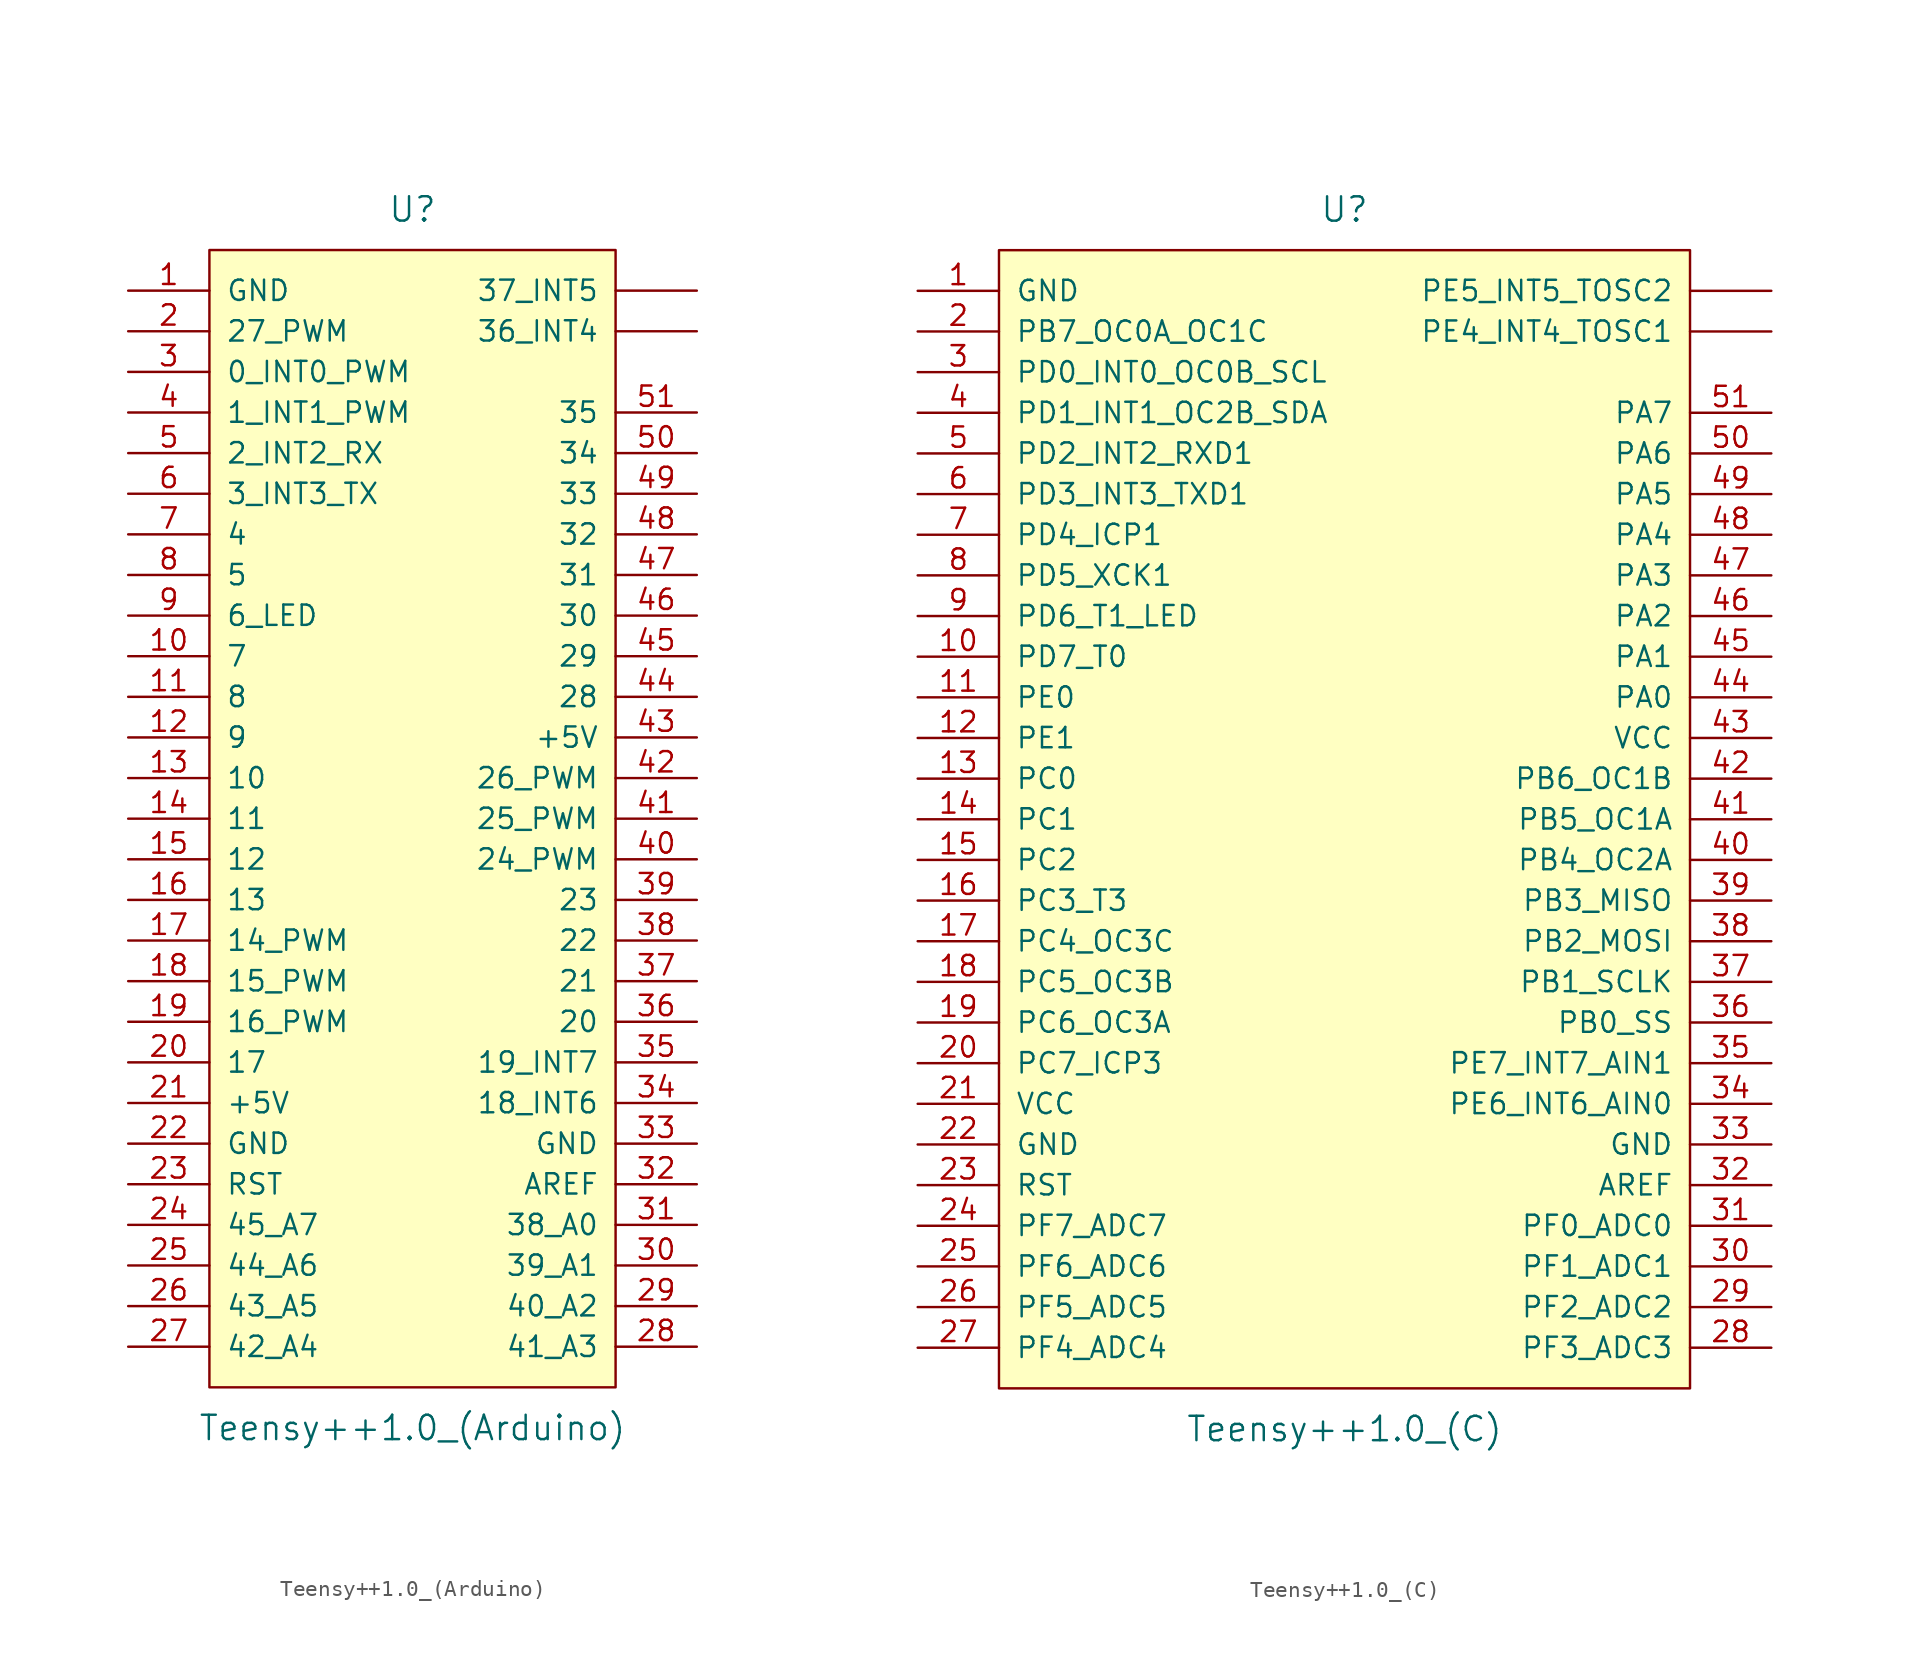
<source format=kicad_sym>
(kicad_symbol_lib
  (version 20211014)
  (generator kicad_symbol_editor)
  (symbol "Teensy++1.0_(Arduino)"
    (pin_names
      (offset 1.016))
    (property "Reference" "U"
      (at 0 38.1 0)
      (effects (font (size 1.524 1.524))))
    (property "Value" "Teensy++1.0_(Arduino)"
      (at 0 -38.1 0)
      (effects (font (size 1.524 1.524))))
    (property "Footprint" ""
      (at 2.54 -20.32 0)
      (effects (font (size 1.524 1.524))))
    (property "Datasheet" ""
      (at 2.54 -20.32 0)
      (effects (font (size 1.524 1.524))))
    (symbol "Teensy++1.0_(Arduino)_0_1"
      (rectangle (start -12.7 35.56) (end 12.7 -35.56) (stroke (width 0) (type default) (color 0 0 0 0)) (fill (type background))))
    (symbol "Teensy++1.0_(Arduino)_1_1"
      (pin power_in line (at -17.78 33.02 0) (length 5.08) (name "GND" (effects (font (size 1.27 1.27)))) (number "1" (effects (font (size 1.27 1.27)))))
      (pin bidirectional line (at -17.78 10.16 0) (length 5.08) (name "7" (effects (font (size 1.27 1.27)))) (number "10" (effects (font (size 1.27 1.27)))))
      (pin bidirectional line (at -17.78 7.62 0) (length 5.08) (name "8" (effects (font (size 1.27 1.27)))) (number "11" (effects (font (size 1.27 1.27)))))
      (pin bidirectional line (at -17.78 5.08 0) (length 5.08) (name "9" (effects (font (size 1.27 1.27)))) (number "12" (effects (font (size 1.27 1.27)))))
      (pin bidirectional line (at -17.78 2.54 0) (length 5.08) (name "10" (effects (font (size 1.27 1.27)))) (number "13" (effects (font (size 1.27 1.27)))))
      (pin bidirectional line (at -17.78 0 0) (length 5.08) (name "11" (effects (font (size 1.27 1.27)))) (number "14" (effects (font (size 1.27 1.27)))))
      (pin bidirectional line (at -17.78 -2.54 0) (length 5.08) (name "12" (effects (font (size 1.27 1.27)))) (number "15" (effects (font (size 1.27 1.27)))))
      (pin bidirectional line (at -17.78 -5.08 0) (length 5.08) (name "13" (effects (font (size 1.27 1.27)))) (number "16" (effects (font (size 1.27 1.27)))))
      (pin bidirectional line (at -17.78 -7.62 0) (length 5.08) (name "14_PWM" (effects (font (size 1.27 1.27)))) (number "17" (effects (font (size 1.27 1.27)))))
      (pin bidirectional line (at -17.78 -10.16 0) (length 5.08) (name "15_PWM" (effects (font (size 1.27 1.27)))) (number "18" (effects (font (size 1.27 1.27)))))
      (pin bidirectional line (at -17.78 -12.7 0) (length 5.08) (name "16_PWM" (effects (font (size 1.27 1.27)))) (number "19" (effects (font (size 1.27 1.27)))))
      (pin bidirectional line (at -17.78 30.48 0) (length 5.08) (name "27_PWM" (effects (font (size 1.27 1.27)))) (number "2" (effects (font (size 1.27 1.27)))))
      (pin bidirectional line (at -17.78 -15.24 0) (length 5.08) (name "17" (effects (font (size 1.27 1.27)))) (number "20" (effects (font (size 1.27 1.27)))))
      (pin power_in line (at -17.78 -17.78 0) (length 5.08) (name "+5V" (effects (font (size 1.27 1.27)))) (number "21" (effects (font (size 1.27 1.27)))))
      (pin power_in line (at -17.78 -20.32 0) (length 5.08) (name "GND" (effects (font (size 1.27 1.27)))) (number "22" (effects (font (size 1.27 1.27)))))
      (pin input line (at -17.78 -22.86 0) (length 5.08) (name "RST" (effects (font (size 1.27 1.27)))) (number "23" (effects (font (size 1.27 1.27)))))
      (pin bidirectional line (at -17.78 -25.4 0) (length 5.08) (name "45_A7" (effects (font (size 1.27 1.27)))) (number "24" (effects (font (size 1.27 1.27)))))
      (pin bidirectional line (at -17.78 -27.94 0) (length 5.08) (name "44_A6" (effects (font (size 1.27 1.27)))) (number "25" (effects (font (size 1.27 1.27)))))
      (pin bidirectional line (at -17.78 -30.48 0) (length 5.08) (name "43_A5" (effects (font (size 1.27 1.27)))) (number "26" (effects (font (size 1.27 1.27)))))
      (pin bidirectional line (at -17.78 -33.02 0) (length 5.08) (name "42_A4" (effects (font (size 1.27 1.27)))) (number "27" (effects (font (size 1.27 1.27)))))
      (pin bidirectional line (at 17.78 -33.02 180) (length 5.08) (name "41_A3" (effects (font (size 1.27 1.27)))) (number "28" (effects (font (size 1.27 1.27)))))
      (pin bidirectional line (at 17.78 -30.48 180) (length 5.08) (name "40_A2" (effects (font (size 1.27 1.27)))) (number "29" (effects (font (size 1.27 1.27)))))
      (pin bidirectional line (at -17.78 27.94 0) (length 5.08) (name "0_INT0_PWM" (effects (font (size 1.27 1.27)))) (number "3" (effects (font (size 1.27 1.27)))))
      (pin bidirectional line (at 17.78 -27.94 180) (length 5.08) (name "39_A1" (effects (font (size 1.27 1.27)))) (number "30" (effects (font (size 1.27 1.27)))))
      (pin bidirectional line (at 17.78 -25.4 180) (length 5.08) (name "38_A0" (effects (font (size 1.27 1.27)))) (number "31" (effects (font (size 1.27 1.27)))))
      (pin input line (at 17.78 -22.86 180) (length 5.08) (name "AREF" (effects (font (size 1.27 1.27)))) (number "32" (effects (font (size 1.27 1.27)))))
      (pin power_in line (at 17.78 -20.32 180) (length 5.08) (name "GND" (effects (font (size 1.27 1.27)))) (number "33" (effects (font (size 1.27 1.27)))))
      (pin bidirectional line (at 17.78 -17.78 180) (length 5.08) (name "18_INT6" (effects (font (size 1.27 1.27)))) (number "34" (effects (font (size 1.27 1.27)))))
      (pin bidirectional line (at 17.78 -15.24 180) (length 5.08) (name "19_INT7" (effects (font (size 1.27 1.27)))) (number "35" (effects (font (size 1.27 1.27)))))
      (pin bidirectional line (at 17.78 -12.7 180) (length 5.08) (name "20" (effects (font (size 1.27 1.27)))) (number "36" (effects (font (size 1.27 1.27)))))
      (pin bidirectional line (at 17.78 -10.16 180) (length 5.08) (name "21" (effects (font (size 1.27 1.27)))) (number "37" (effects (font (size 1.27 1.27)))))
      (pin bidirectional line (at 17.78 -7.62 180) (length 5.08) (name "22" (effects (font (size 1.27 1.27)))) (number "38" (effects (font (size 1.27 1.27)))))
      (pin bidirectional line (at 17.78 -5.08 180) (length 5.08) (name "23" (effects (font (size 1.27 1.27)))) (number "39" (effects (font (size 1.27 1.27)))))
      (pin bidirectional line (at -17.78 25.4 0) (length 5.08) (name "1_INT1_PWM" (effects (font (size 1.27 1.27)))) (number "4" (effects (font (size 1.27 1.27)))))
      (pin bidirectional line (at 17.78 -2.54 180) (length 5.08) (name "24_PWM" (effects (font (size 1.27 1.27)))) (number "40" (effects (font (size 1.27 1.27)))))
      (pin bidirectional line (at 17.78 0 180) (length 5.08) (name "25_PWM" (effects (font (size 1.27 1.27)))) (number "41" (effects (font (size 1.27 1.27)))))
      (pin bidirectional line (at 17.78 2.54 180) (length 5.08) (name "26_PWM" (effects (font (size 1.27 1.27)))) (number "42" (effects (font (size 1.27 1.27)))))
      (pin power_in line (at 17.78 5.08 180) (length 5.08) (name "+5V" (effects (font (size 1.27 1.27)))) (number "43" (effects (font (size 1.27 1.27)))))
      (pin bidirectional line (at 17.78 7.62 180) (length 5.08) (name "28" (effects (font (size 1.27 1.27)))) (number "44" (effects (font (size 1.27 1.27)))))
      (pin bidirectional line (at 17.78 10.16 180) (length 5.08) (name "29" (effects (font (size 1.27 1.27)))) (number "45" (effects (font (size 1.27 1.27)))))
      (pin bidirectional line (at 17.78 12.7 180) (length 5.08) (name "30" (effects (font (size 1.27 1.27)))) (number "46" (effects (font (size 1.27 1.27)))))
      (pin bidirectional line (at 17.78 15.24 180) (length 5.08) (name "31" (effects (font (size 1.27 1.27)))) (number "47" (effects (font (size 1.27 1.27)))))
      (pin bidirectional line (at 17.78 17.78 180) (length 5.08) (name "32" (effects (font (size 1.27 1.27)))) (number "48" (effects (font (size 1.27 1.27)))))
      (pin bidirectional line (at 17.78 20.32 180) (length 5.08) (name "33" (effects (font (size 1.27 1.27)))) (number "49" (effects (font (size 1.27 1.27)))))
      (pin bidirectional line (at -17.78 22.86 0) (length 5.08) (name "2_INT2_RX" (effects (font (size 1.27 1.27)))) (number "5" (effects (font (size 1.27 1.27)))))
      (pin bidirectional line (at 17.78 22.86 180) (length 5.08) (name "34" (effects (font (size 1.27 1.27)))) (number "50" (effects (font (size 1.27 1.27)))))
      (pin bidirectional line (at 17.78 25.4 180) (length 5.08) (name "35" (effects (font (size 1.27 1.27)))) (number "51" (effects (font (size 1.27 1.27)))))
      (pin bidirectional line (at -17.78 20.32 0) (length 5.08) (name "3_INT3_TX" (effects (font (size 1.27 1.27)))) (number "6" (effects (font (size 1.27 1.27)))))
      (pin bidirectional line (at -17.78 17.78 0) (length 5.08) (name "4" (effects (font (size 1.27 1.27)))) (number "7" (effects (font (size 1.27 1.27)))))
      (pin bidirectional line (at -17.78 15.24 0) (length 5.08) (name "5" (effects (font (size 1.27 1.27)))) (number "8" (effects (font (size 1.27 1.27)))))
      (pin bidirectional line (at -17.78 12.7 0) (length 5.08) (name "6_LED" (effects (font (size 1.27 1.27)))) (number "9" (effects (font (size 1.27 1.27)))))
      (pin bidirectional line (at 17.78 30.48 180) (length 5.08) (name "36_INT4" (effects (font (size 1.27 1.27)))) (number "~" (effects (font (size 1.27 1.27)))))
      (pin bidirectional line (at 17.78 33.02 180) (length 5.08) (name "37_INT5" (effects (font (size 1.27 1.27)))) (number "~" (effects (font (size 1.27 1.27)))))))
  (symbol "Teensy++1.0_(C)"
    (pin_names
      (offset 1.016))
    (property "Reference" "U"
      (at 0 38.1 0)
      (effects (font (size 1.524 1.524))))
    (property "Value" "Teensy++1.0_(C)"
      (at 0 -38.1 0)
      (effects (font (size 1.524 1.524))))
    (property "Footprint" ""
      (at 2.54 -20.32 0)
      (effects (font (size 1.524 1.524))))
    (property "Datasheet" ""
      (at 2.54 -20.32 0)
      (effects (font (size 1.524 1.524))))
    (symbol "Teensy++1.0_(C)_0_1"
      (rectangle (start -21.59 35.56) (end 21.59 -35.56) (stroke (width 0) (type default) (color 0 0 0 0)) (fill (type background))))
    (symbol "Teensy++1.0_(C)_1_1"
      (pin power_in line (at -26.67 33.02 0) (length 5.08) (name "GND" (effects (font (size 1.27 1.27)))) (number "1" (effects (font (size 1.27 1.27)))))
      (pin bidirectional line (at -26.67 10.16 0) (length 5.08) (name "PD7_T0" (effects (font (size 1.27 1.27)))) (number "10" (effects (font (size 1.27 1.27)))))
      (pin bidirectional line (at -26.67 7.62 0) (length 5.08) (name "PE0" (effects (font (size 1.27 1.27)))) (number "11" (effects (font (size 1.27 1.27)))))
      (pin bidirectional line (at -26.67 5.08 0) (length 5.08) (name "PE1" (effects (font (size 1.27 1.27)))) (number "12" (effects (font (size 1.27 1.27)))))
      (pin bidirectional line (at -26.67 2.54 0) (length 5.08) (name "PC0" (effects (font (size 1.27 1.27)))) (number "13" (effects (font (size 1.27 1.27)))))
      (pin bidirectional line (at -26.67 0 0) (length 5.08) (name "PC1" (effects (font (size 1.27 1.27)))) (number "14" (effects (font (size 1.27 1.27)))))
      (pin bidirectional line (at -26.67 -2.54 0) (length 5.08) (name "PC2" (effects (font (size 1.27 1.27)))) (number "15" (effects (font (size 1.27 1.27)))))
      (pin bidirectional line (at -26.67 -5.08 0) (length 5.08) (name "PC3_T3" (effects (font (size 1.27 1.27)))) (number "16" (effects (font (size 1.27 1.27)))))
      (pin bidirectional line (at -26.67 -7.62 0) (length 5.08) (name "PC4_OC3C" (effects (font (size 1.27 1.27)))) (number "17" (effects (font (size 1.27 1.27)))))
      (pin bidirectional line (at -26.67 -10.16 0) (length 5.08) (name "PC5_OC3B" (effects (font (size 1.27 1.27)))) (number "18" (effects (font (size 1.27 1.27)))))
      (pin bidirectional line (at -26.67 -12.7 0) (length 5.08) (name "PC6_OC3A" (effects (font (size 1.27 1.27)))) (number "19" (effects (font (size 1.27 1.27)))))
      (pin bidirectional line (at -26.67 30.48 0) (length 5.08) (name "PB7_OC0A_OC1C" (effects (font (size 1.27 1.27)))) (number "2" (effects (font (size 1.27 1.27)))))
      (pin bidirectional line (at -26.67 -15.24 0) (length 5.08) (name "PC7_ICP3" (effects (font (size 1.27 1.27)))) (number "20" (effects (font (size 1.27 1.27)))))
      (pin power_in line (at -26.67 -17.78 0) (length 5.08) (name "VCC" (effects (font (size 1.27 1.27)))) (number "21" (effects (font (size 1.27 1.27)))))
      (pin power_in line (at -26.67 -20.32 0) (length 5.08) (name "GND" (effects (font (size 1.27 1.27)))) (number "22" (effects (font (size 1.27 1.27)))))
      (pin input line (at -26.67 -22.86 0) (length 5.08) (name "RST" (effects (font (size 1.27 1.27)))) (number "23" (effects (font (size 1.27 1.27)))))
      (pin bidirectional line (at -26.67 -25.4 0) (length 5.08) (name "PF7_ADC7" (effects (font (size 1.27 1.27)))) (number "24" (effects (font (size 1.27 1.27)))))
      (pin bidirectional line (at -26.67 -27.94 0) (length 5.08) (name "PF6_ADC6" (effects (font (size 1.27 1.27)))) (number "25" (effects (font (size 1.27 1.27)))))
      (pin bidirectional line (at -26.67 -30.48 0) (length 5.08) (name "PF5_ADC5" (effects (font (size 1.27 1.27)))) (number "26" (effects (font (size 1.27 1.27)))))
      (pin bidirectional line (at -26.67 -33.02 0) (length 5.08) (name "PF4_ADC4" (effects (font (size 1.27 1.27)))) (number "27" (effects (font (size 1.27 1.27)))))
      (pin bidirectional line (at 26.67 -33.02 180) (length 5.08) (name "PF3_ADC3" (effects (font (size 1.27 1.27)))) (number "28" (effects (font (size 1.27 1.27)))))
      (pin bidirectional line (at 26.67 -30.48 180) (length 5.08) (name "PF2_ADC2" (effects (font (size 1.27 1.27)))) (number "29" (effects (font (size 1.27 1.27)))))
      (pin bidirectional line (at -26.67 27.94 0) (length 5.08) (name "PD0_INT0_OC0B_SCL" (effects (font (size 1.27 1.27)))) (number "3" (effects (font (size 1.27 1.27)))))
      (pin bidirectional line (at 26.67 -27.94 180) (length 5.08) (name "PF1_ADC1" (effects (font (size 1.27 1.27)))) (number "30" (effects (font (size 1.27 1.27)))))
      (pin bidirectional line (at 26.67 -25.4 180) (length 5.08) (name "PF0_ADC0" (effects (font (size 1.27 1.27)))) (number "31" (effects (font (size 1.27 1.27)))))
      (pin input line (at 26.67 -22.86 180) (length 5.08) (name "AREF" (effects (font (size 1.27 1.27)))) (number "32" (effects (font (size 1.27 1.27)))))
      (pin power_in line (at 26.67 -20.32 180) (length 5.08) (name "GND" (effects (font (size 1.27 1.27)))) (number "33" (effects (font (size 1.27 1.27)))))
      (pin bidirectional line (at 26.67 -17.78 180) (length 5.08) (name "PE6_INT6_AIN0" (effects (font (size 1.27 1.27)))) (number "34" (effects (font (size 1.27 1.27)))))
      (pin bidirectional line (at 26.67 -15.24 180) (length 5.08) (name "PE7_INT7_AIN1" (effects (font (size 1.27 1.27)))) (number "35" (effects (font (size 1.27 1.27)))))
      (pin bidirectional line (at 26.67 -12.7 180) (length 5.08) (name "PB0_SS" (effects (font (size 1.27 1.27)))) (number "36" (effects (font (size 1.27 1.27)))))
      (pin bidirectional line (at 26.67 -10.16 180) (length 5.08) (name "PB1_SCLK" (effects (font (size 1.27 1.27)))) (number "37" (effects (font (size 1.27 1.27)))))
      (pin bidirectional line (at 26.67 -7.62 180) (length 5.08) (name "PB2_MOSI" (effects (font (size 1.27 1.27)))) (number "38" (effects (font (size 1.27 1.27)))))
      (pin bidirectional line (at 26.67 -5.08 180) (length 5.08) (name "PB3_MISO" (effects (font (size 1.27 1.27)))) (number "39" (effects (font (size 1.27 1.27)))))
      (pin bidirectional line (at -26.67 25.4 0) (length 5.08) (name "PD1_INT1_OC2B_SDA" (effects (font (size 1.27 1.27)))) (number "4" (effects (font (size 1.27 1.27)))))
      (pin bidirectional line (at 26.67 -2.54 180) (length 5.08) (name "PB4_OC2A" (effects (font (size 1.27 1.27)))) (number "40" (effects (font (size 1.27 1.27)))))
      (pin bidirectional line (at 26.67 0 180) (length 5.08) (name "PB5_OC1A" (effects (font (size 1.27 1.27)))) (number "41" (effects (font (size 1.27 1.27)))))
      (pin bidirectional line (at 26.67 2.54 180) (length 5.08) (name "PB6_OC1B" (effects (font (size 1.27 1.27)))) (number "42" (effects (font (size 1.27 1.27)))))
      (pin power_in line (at 26.67 5.08 180) (length 5.08) (name "VCC" (effects (font (size 1.27 1.27)))) (number "43" (effects (font (size 1.27 1.27)))))
      (pin bidirectional line (at 26.67 7.62 180) (length 5.08) (name "PA0" (effects (font (size 1.27 1.27)))) (number "44" (effects (font (size 1.27 1.27)))))
      (pin bidirectional line (at 26.67 10.16 180) (length 5.08) (name "PA1" (effects (font (size 1.27 1.27)))) (number "45" (effects (font (size 1.27 1.27)))))
      (pin bidirectional line (at 26.67 12.7 180) (length 5.08) (name "PA2" (effects (font (size 1.27 1.27)))) (number "46" (effects (font (size 1.27 1.27)))))
      (pin bidirectional line (at 26.67 15.24 180) (length 5.08) (name "PA3" (effects (font (size 1.27 1.27)))) (number "47" (effects (font (size 1.27 1.27)))))
      (pin bidirectional line (at 26.67 17.78 180) (length 5.08) (name "PA4" (effects (font (size 1.27 1.27)))) (number "48" (effects (font (size 1.27 1.27)))))
      (pin bidirectional line (at 26.67 20.32 180) (length 5.08) (name "PA5" (effects (font (size 1.27 1.27)))) (number "49" (effects (font (size 1.27 1.27)))))
      (pin bidirectional line (at -26.67 22.86 0) (length 5.08) (name "PD2_INT2_RXD1" (effects (font (size 1.27 1.27)))) (number "5" (effects (font (size 1.27 1.27)))))
      (pin bidirectional line (at 26.67 22.86 180) (length 5.08) (name "PA6" (effects (font (size 1.27 1.27)))) (number "50" (effects (font (size 1.27 1.27)))))
      (pin bidirectional line (at 26.67 25.4 180) (length 5.08) (name "PA7" (effects (font (size 1.27 1.27)))) (number "51" (effects (font (size 1.27 1.27)))))
      (pin bidirectional line (at -26.67 20.32 0) (length 5.08) (name "PD3_INT3_TXD1" (effects (font (size 1.27 1.27)))) (number "6" (effects (font (size 1.27 1.27)))))
      (pin bidirectional line (at -26.67 17.78 0) (length 5.08) (name "PD4_ICP1" (effects (font (size 1.27 1.27)))) (number "7" (effects (font (size 1.27 1.27)))))
      (pin bidirectional line (at -26.67 15.24 0) (length 5.08) (name "PD5_XCK1" (effects (font (size 1.27 1.27)))) (number "8" (effects (font (size 1.27 1.27)))))
      (pin bidirectional line (at -26.67 12.7 0) (length 5.08) (name "PD6_T1_LED" (effects (font (size 1.27 1.27)))) (number "9" (effects (font (size 1.27 1.27)))))
      (pin bidirectional line (at 26.67 30.48 180) (length 5.08) (name "PE4_INT4_TOSC1" (effects (font (size 1.27 1.27)))) (number "~" (effects (font (size 1.27 1.27)))))
      (pin bidirectional line (at 26.67 33.02 180) (length 5.08) (name "PE5_INT5_TOSC2" (effects (font (size 1.27 1.27)))) (number "~" (effects (font (size 1.27 1.27))))))))
</source>
